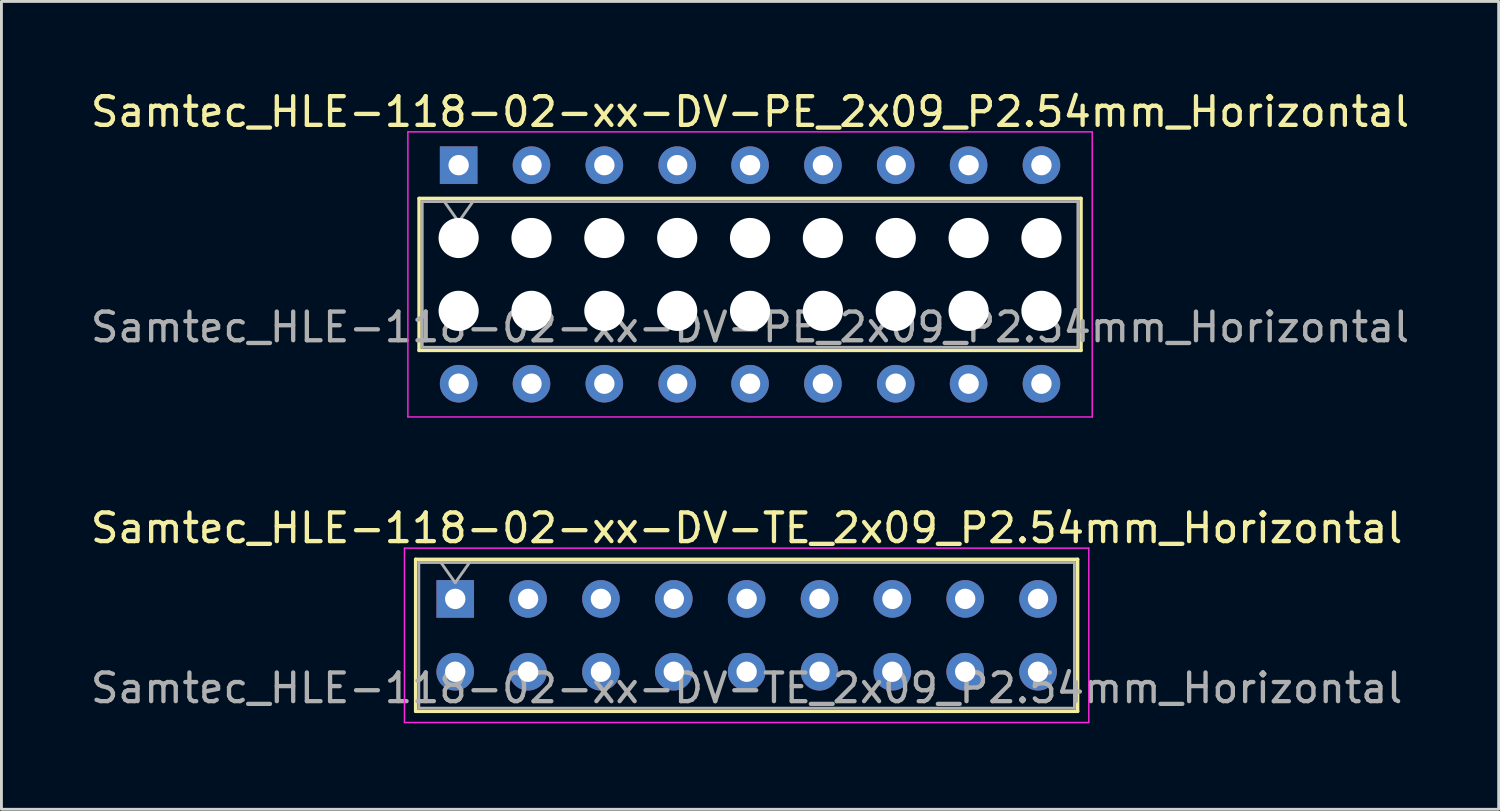
<source format=kicad_pcb>
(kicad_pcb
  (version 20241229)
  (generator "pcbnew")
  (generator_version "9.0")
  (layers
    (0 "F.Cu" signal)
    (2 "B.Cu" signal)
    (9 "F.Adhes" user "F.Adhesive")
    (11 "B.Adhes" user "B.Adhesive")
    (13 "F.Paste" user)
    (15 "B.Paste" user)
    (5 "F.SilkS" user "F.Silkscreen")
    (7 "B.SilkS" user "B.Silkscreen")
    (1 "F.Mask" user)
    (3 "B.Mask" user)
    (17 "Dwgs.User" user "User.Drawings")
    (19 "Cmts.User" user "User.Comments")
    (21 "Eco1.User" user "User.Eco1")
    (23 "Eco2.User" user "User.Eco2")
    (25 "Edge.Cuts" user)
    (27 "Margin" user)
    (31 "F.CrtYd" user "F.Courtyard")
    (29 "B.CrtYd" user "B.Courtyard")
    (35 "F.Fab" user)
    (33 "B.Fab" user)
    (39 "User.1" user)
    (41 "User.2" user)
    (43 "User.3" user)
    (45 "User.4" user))
  (footprint "Samtec_HLE-118-02-xx-DV-TE_2x09_P2.54mm_Horizontal"
    (layer "F.Cu")
    (at 12.822 17.831)
    (property "Reference" "Samtec_HLE-118-02-xx-DV-TE_2x09_P2.54mm_Horizontal" (at 10.16 -2.47 0) (layer "F.SilkS") (effects (font (size 1 1) (thickness 0.15))))
    (attr through_hole)
    (fp_line (start -1.38 -1.38) (end 21.7 -1.38) (stroke (width 0.12) (type solid)) (layer "F.SilkS"))
    (fp_line (start -1.38 3.92) (end -1.38 -1.38) (stroke (width 0.12) (type solid)) (layer "F.SilkS"))
    (fp_line (start 21.7 -1.38) (end 21.7 3.92) (stroke (width 0.12) (type solid)) (layer "F.SilkS"))
    (fp_line (start 21.7 3.92) (end -1.38 3.92) (stroke (width 0.12) (type solid)) (layer "F.SilkS"))
    (fp_line (start -1.77 -1.77) (end 22.09 -1.77) (stroke (width 0.05) (type solid)) (layer "F.CrtYd"))
    (fp_line (start -1.77 4.31) (end -1.77 -1.77) (stroke (width 0.05) (type solid)) (layer "F.CrtYd"))
    (fp_line (start 22.09 -1.77) (end 22.09 4.31) (stroke (width 0.05) (type solid)) (layer "F.CrtYd"))
    (fp_line (start 22.09 4.31) (end -1.77 4.31) (stroke (width 0.05) (type solid)) (layer "F.CrtYd"))
    (fp_line (start -1.27 -1.27) (end 21.59 -1.27) (stroke (width 0.1) (type solid)) (layer "F.Fab"))
    (fp_line (start -1.27 3.81) (end -1.27 -1.27) (stroke (width 0.1) (type solid)) (layer "F.Fab"))
    (fp_line (start -0.5 -1.27) (end 0 -0.563) (stroke (width 0.1) (type solid)) (layer "F.Fab"))
    (fp_line (start 0 -0.563) (end 0.5 -1.27) (stroke (width 0.1) (type solid)) (layer "F.Fab"))
    (fp_line (start 21.59 -1.27) (end 21.59 3.81) (stroke (width 0.1) (type solid)) (layer "F.Fab"))
    (fp_line (start 21.59 3.81) (end -1.27 3.81) (stroke (width 0.1) (type solid)) (layer "F.Fab"))
    (fp_text user "${REFERENCE}" (at 10.16 3.11 0) (layer "F.Fab") (effects (font (size 1 1) (thickness 0.15))))
    (pad "1" thru_hole rect (at 0 0) (size 1.31 1.31) (drill 0.71) (layers "*.Cu" "*.Mask"))
    (pad "2" thru_hole circle (at 0 2.54) (size 1.31 1.31) (drill 0.71) (layers "*.Cu" "*.Mask"))
    (pad "3" thru_hole circle (at 2.54 0) (size 1.31 1.31) (drill 0.71) (layers "*.Cu" "*.Mask"))
    (pad "4" thru_hole circle (at 2.54 2.54) (size 1.31 1.31) (drill 0.71) (layers "*.Cu" "*.Mask"))
    (pad "5" thru_hole circle (at 5.08 0) (size 1.31 1.31) (drill 0.71) (layers "*.Cu" "*.Mask"))
    (pad "6" thru_hole circle (at 5.08 2.54) (size 1.31 1.31) (drill 0.71) (layers "*.Cu" "*.Mask"))
    (pad "7" thru_hole circle (at 7.62 0) (size 1.31 1.31) (drill 0.71) (layers "*.Cu" "*.Mask"))
    (pad "8" thru_hole circle (at 7.62 2.54) (size 1.31 1.31) (drill 0.71) (layers "*.Cu" "*.Mask"))
    (pad "9" thru_hole circle (at 10.16 0) (size 1.31 1.31) (drill 0.71) (layers "*.Cu" "*.Mask"))
    (pad "10" thru_hole circle (at 10.16 2.54) (size 1.31 1.31) (drill 0.71) (layers "*.Cu" "*.Mask"))
    (pad "11" thru_hole circle (at 12.7 0) (size 1.31 1.31) (drill 0.71) (layers "*.Cu" "*.Mask"))
    (pad "12" thru_hole circle (at 12.7 2.54) (size 1.31 1.31) (drill 0.71) (layers "*.Cu" "*.Mask"))
    (pad "13" thru_hole circle (at 15.24 0) (size 1.31 1.31) (drill 0.71) (layers "*.Cu" "*.Mask"))
    (pad "14" thru_hole circle (at 15.24 2.54) (size 1.31 1.31) (drill 0.71) (layers "*.Cu" "*.Mask"))
    (pad "15" thru_hole circle (at 17.78 0) (size 1.31 1.31) (drill 0.71) (layers "*.Cu" "*.Mask"))
    (pad "16" thru_hole circle (at 17.78 2.54) (size 1.31 1.31) (drill 0.71) (layers "*.Cu" "*.Mask"))
    (pad "17" thru_hole circle (at 20.32 0) (size 1.31 1.31) (drill 0.71) (layers "*.Cu" "*.Mask"))
    (pad "18" thru_hole circle (at 20.32 2.54) (size 1.31 1.31) (drill 0.71) (layers "*.Cu" "*.Mask")))
  (footprint "Samtec_HLE-118-02-xx-DV-PE_2x09_P2.54mm_Horizontal"
    (layer "F.Cu")
    (at 12.941 2.708)
    (property "Reference" "Samtec_HLE-118-02-xx-DV-PE_2x09_P2.54mm_Horizontal" (at 10.16 -1.86 0) (layer "F.SilkS") (effects (font (size 1 1) (thickness 0.15))))
    (attr through_hole)
    (fp_line (start -1.38 1.16) (end 21.7 1.16) (stroke (width 0.12) (type solid)) (layer "F.SilkS"))
    (fp_line (start -1.38 6.46) (end -1.38 1.16) (stroke (width 0.12) (type solid)) (layer "F.SilkS"))
    (fp_line (start 21.7 1.16) (end 21.7 6.46) (stroke (width 0.12) (type solid)) (layer "F.SilkS"))
    (fp_line (start 21.7 6.46) (end -1.38 6.46) (stroke (width 0.12) (type solid)) (layer "F.SilkS"))
    (fp_line (start -1.77 -1.16) (end 22.09 -1.16) (stroke (width 0.05) (type solid)) (layer "F.CrtYd"))
    (fp_line (start -1.77 8.78) (end -1.77 -1.16) (stroke (width 0.05) (type solid)) (layer "F.CrtYd"))
    (fp_line (start 22.09 -1.16) (end 22.09 8.78) (stroke (width 0.05) (type solid)) (layer "F.CrtYd"))
    (fp_line (start 22.09 8.78) (end -1.77 8.78) (stroke (width 0.05) (type solid)) (layer "F.CrtYd"))
    (fp_line (start -1.27 1.27) (end 21.59 1.27) (stroke (width 0.1) (type solid)) (layer "F.Fab"))
    (fp_line (start -1.27 6.35) (end -1.27 1.27) (stroke (width 0.1) (type solid)) (layer "F.Fab"))
    (fp_line (start -0.5 1.27) (end 0 1.977) (stroke (width 0.1) (type solid)) (layer "F.Fab"))
    (fp_line (start 0 1.977) (end 0.5 1.27) (stroke (width 0.1) (type solid)) (layer "F.Fab"))
    (fp_line (start 21.59 1.27) (end 21.59 6.35) (stroke (width 0.1) (type solid)) (layer "F.Fab"))
    (fp_line (start 21.59 6.35) (end -1.27 6.35) (stroke (width 0.1) (type solid)) (layer "F.Fab"))
    (fp_text user "${REFERENCE}" (at 10.16 5.65 0) (layer "F.Fab") (effects (font (size 1 1) (thickness 0.15))))
    (pad "" np_thru_hole circle (at 0 2.54) (size 1.4 1.4) (drill 1.4) (layers "*.Cu" "*.Mask"))
    (pad "" np_thru_hole circle (at 0 5.08) (size 1.4 1.4) (drill 1.4) (layers "*.Cu" "*.Mask"))
    (pad "" np_thru_hole circle (at 2.54 2.54) (size 1.4 1.4) (drill 1.4) (layers "*.Cu" "*.Mask"))
    (pad "" np_thru_hole circle (at 2.54 5.08) (size 1.4 1.4) (drill 1.4) (layers "*.Cu" "*.Mask"))
    (pad "" np_thru_hole circle (at 5.08 2.54) (size 1.4 1.4) (drill 1.4) (layers "*.Cu" "*.Mask"))
    (pad "" np_thru_hole circle (at 5.08 5.08) (size 1.4 1.4) (drill 1.4) (layers "*.Cu" "*.Mask"))
    (pad "" np_thru_hole circle (at 7.62 2.54) (size 1.4 1.4) (drill 1.4) (layers "*.Cu" "*.Mask"))
    (pad "" np_thru_hole circle (at 7.62 5.08) (size 1.4 1.4) (drill 1.4) (layers "*.Cu" "*.Mask"))
    (pad "" np_thru_hole circle (at 10.16 2.54) (size 1.4 1.4) (drill 1.4) (layers "*.Cu" "*.Mask"))
    (pad "" np_thru_hole circle (at 10.16 5.08) (size 1.4 1.4) (drill 1.4) (layers "*.Cu" "*.Mask"))
    (pad "" np_thru_hole circle (at 12.7 2.54) (size 1.4 1.4) (drill 1.4) (layers "*.Cu" "*.Mask"))
    (pad "" np_thru_hole circle (at 12.7 5.08) (size 1.4 1.4) (drill 1.4) (layers "*.Cu" "*.Mask"))
    (pad "" np_thru_hole circle (at 15.24 2.54) (size 1.4 1.4) (drill 1.4) (layers "*.Cu" "*.Mask"))
    (pad "" np_thru_hole circle (at 15.24 5.08) (size 1.4 1.4) (drill 1.4) (layers "*.Cu" "*.Mask"))
    (pad "" np_thru_hole circle (at 17.78 2.54) (size 1.4 1.4) (drill 1.4) (layers "*.Cu" "*.Mask"))
    (pad "" np_thru_hole circle (at 17.78 5.08) (size 1.4 1.4) (drill 1.4) (layers "*.Cu" "*.Mask"))
    (pad "" np_thru_hole circle (at 20.32 2.54) (size 1.4 1.4) (drill 1.4) (layers "*.Cu" "*.Mask"))
    (pad "" np_thru_hole circle (at 20.32 5.08) (size 1.4 1.4) (drill 1.4) (layers "*.Cu" "*.Mask"))
    (pad "1" thru_hole rect (at 0 0) (size 1.31 1.31) (drill 0.71) (layers "*.Cu" "*.Mask"))
    (pad "2" thru_hole circle (at 0 7.62) (size 1.31 1.31) (drill 0.71) (layers "*.Cu" "*.Mask"))
    (pad "3" thru_hole circle (at 2.54 0) (size 1.31 1.31) (drill 0.71) (layers "*.Cu" "*.Mask"))
    (pad "4" thru_hole circle (at 2.54 7.62) (size 1.31 1.31) (drill 0.71) (layers "*.Cu" "*.Mask"))
    (pad "5" thru_hole circle (at 5.08 0) (size 1.31 1.31) (drill 0.71) (layers "*.Cu" "*.Mask"))
    (pad "6" thru_hole circle (at 5.08 7.62) (size 1.31 1.31) (drill 0.71) (layers "*.Cu" "*.Mask"))
    (pad "7" thru_hole circle (at 7.62 0) (size 1.31 1.31) (drill 0.71) (layers "*.Cu" "*.Mask"))
    (pad "8" thru_hole circle (at 7.62 7.62) (size 1.31 1.31) (drill 0.71) (layers "*.Cu" "*.Mask"))
    (pad "9" thru_hole circle (at 10.16 0) (size 1.31 1.31) (drill 0.71) (layers "*.Cu" "*.Mask"))
    (pad "10" thru_hole circle (at 10.16 7.62) (size 1.31 1.31) (drill 0.71) (layers "*.Cu" "*.Mask"))
    (pad "11" thru_hole circle (at 12.7 0) (size 1.31 1.31) (drill 0.71) (layers "*.Cu" "*.Mask"))
    (pad "12" thru_hole circle (at 12.7 7.62) (size 1.31 1.31) (drill 0.71) (layers "*.Cu" "*.Mask"))
    (pad "13" thru_hole circle (at 15.24 0) (size 1.31 1.31) (drill 0.71) (layers "*.Cu" "*.Mask"))
    (pad "14" thru_hole circle (at 15.24 7.62) (size 1.31 1.31) (drill 0.71) (layers "*.Cu" "*.Mask"))
    (pad "15" thru_hole circle (at 17.78 0) (size 1.31 1.31) (drill 0.71) (layers "*.Cu" "*.Mask"))
    (pad "16" thru_hole circle (at 17.78 7.62) (size 1.31 1.31) (drill 0.71) (layers "*.Cu" "*.Mask"))
    (pad "17" thru_hole circle (at 20.32 0) (size 1.31 1.31) (drill 0.71) (layers "*.Cu" "*.Mask"))
    (pad "18" thru_hole circle (at 20.32 7.62) (size 1.31 1.31) (drill 0.71) (layers "*.Cu" "*.Mask")))
  (gr_rect
    (start -3 -3)
    (end 49.202 25.166)
    (stroke (width 0.1) (type default))
    (fill no)
    (layer "Edge.Cuts")))
</source>
